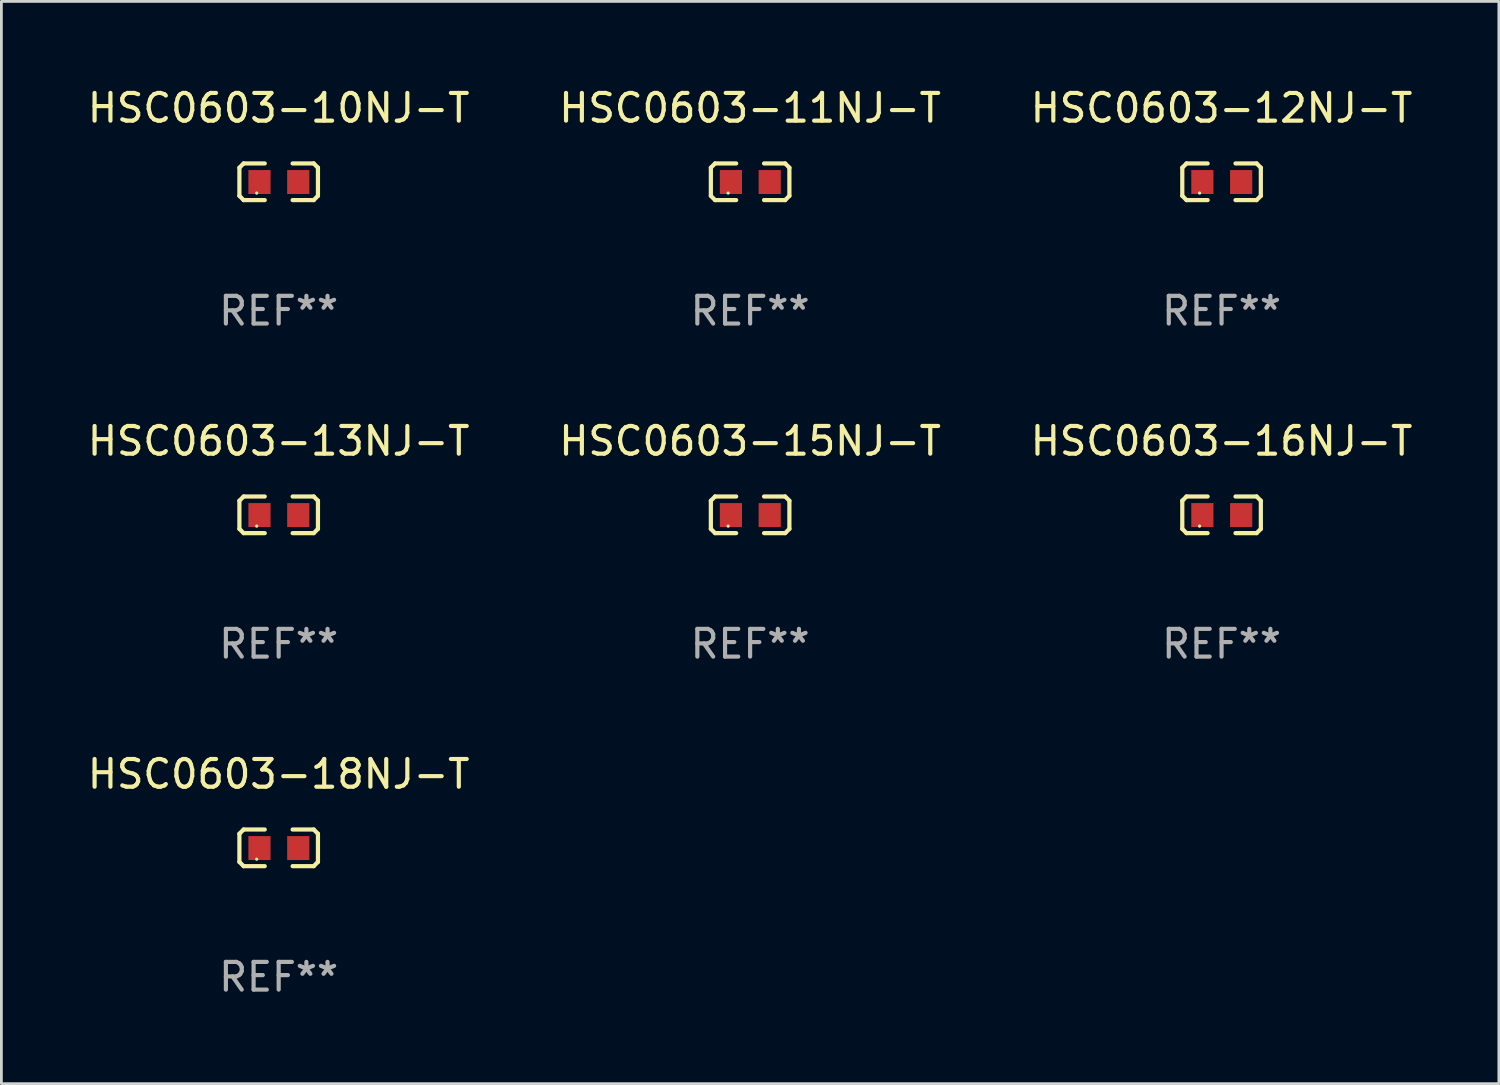
<source format=kicad_pcb>
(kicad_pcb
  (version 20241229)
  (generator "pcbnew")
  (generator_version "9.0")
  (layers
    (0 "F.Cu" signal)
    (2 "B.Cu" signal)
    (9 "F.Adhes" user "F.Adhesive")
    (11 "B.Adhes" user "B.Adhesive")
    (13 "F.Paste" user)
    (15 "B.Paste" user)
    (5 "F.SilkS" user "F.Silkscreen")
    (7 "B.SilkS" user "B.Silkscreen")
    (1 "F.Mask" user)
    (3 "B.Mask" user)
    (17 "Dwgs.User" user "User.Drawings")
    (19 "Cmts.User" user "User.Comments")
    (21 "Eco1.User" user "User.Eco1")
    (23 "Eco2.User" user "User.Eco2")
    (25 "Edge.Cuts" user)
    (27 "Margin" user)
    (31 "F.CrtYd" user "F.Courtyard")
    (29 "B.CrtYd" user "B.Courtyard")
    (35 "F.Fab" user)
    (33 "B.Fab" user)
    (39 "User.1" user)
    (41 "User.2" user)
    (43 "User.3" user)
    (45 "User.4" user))
  (footprint "HSC0603-11NJ-T"
    (layer "F.Cu")
    (at 24.018 3.509)
    (property "Reference" "HSC0603-11NJ-T" (at 0 -2.661 0) (layer "F.SilkS") (effects (font (size 1 1) (thickness 0.15))))
    (attr through_hole)
    (fp_line (start -1.417 -0.508) (end -1.265 -0.661) (stroke (width 0.152) (type solid)) (layer "F.SilkS"))
    (fp_line (start -1.417 0.508) (end -1.417 -0.508) (stroke (width 0.152) (type solid)) (layer "F.SilkS"))
    (fp_line (start -1.265 -0.661) (end -0.503 -0.661) (stroke (width 0.152) (type solid)) (layer "F.SilkS"))
    (fp_line (start -1.265 0.661) (end -1.417 0.508) (stroke (width 0.152) (type solid)) (layer "F.SilkS"))
    (fp_line (start -1.265 0.661) (end -0.503 0.661) (stroke (width 0.152) (type solid)) (layer "F.SilkS"))
    (fp_line (start 1.265 -0.661) (end 0.503 -0.661) (stroke (width 0.152) (type solid)) (layer "F.SilkS"))
    (fp_line (start 1.265 -0.661) (end 1.417 -0.508) (stroke (width 0.152) (type solid)) (layer "F.SilkS"))
    (fp_line (start 1.265 0.661) (end 0.503 0.661) (stroke (width 0.152) (type solid)) (layer "F.SilkS"))
    (fp_line (start 1.417 -0.508) (end 1.417 0.508) (stroke (width 0.152) (type solid)) (layer "F.SilkS"))
    (fp_line (start 1.417 0.508) (end 1.265 0.661) (stroke (width 0.152) (type solid)) (layer "F.SilkS"))
    (fp_circle (center -0.793 0.409) (end -0.763 0.409) (stroke (width 0.06) (type solid)) (fill no) (layer "F.SilkS"))
    (fp_text user "REF**" (at 0 4.661 0) (layer "F.Fab") (effects (font (size 1 1) (thickness 0.15))))
    (pad "1" smd rect (at -0.693 0.009 180) (size 0.8 0.864) (layers "F.Cu" "F.Mask" "F.Paste"))
    (pad "2" smd rect (at 0.707 0.009 180) (size 0.8 0.864) (layers "F.Cu" "F.Mask" "F.Paste")))
  (footprint "HSC0603-13NJ-T"
    (layer "F.Cu")
    (at 7.006 15.527)
    (property "Reference" "HSC0603-13NJ-T" (at 0 -2.661 0) (layer "F.SilkS") (effects (font (size 1 1) (thickness 0.15))))
    (attr through_hole)
    (fp_line (start -1.417 -0.508) (end -1.265 -0.661) (stroke (width 0.152) (type solid)) (layer "F.SilkS"))
    (fp_line (start -1.417 0.508) (end -1.417 -0.508) (stroke (width 0.152) (type solid)) (layer "F.SilkS"))
    (fp_line (start -1.265 -0.661) (end -0.503 -0.661) (stroke (width 0.152) (type solid)) (layer "F.SilkS"))
    (fp_line (start -1.265 0.661) (end -1.417 0.508) (stroke (width 0.152) (type solid)) (layer "F.SilkS"))
    (fp_line (start -1.265 0.661) (end -0.503 0.661) (stroke (width 0.152) (type solid)) (layer "F.SilkS"))
    (fp_line (start 1.265 -0.661) (end 0.503 -0.661) (stroke (width 0.152) (type solid)) (layer "F.SilkS"))
    (fp_line (start 1.265 -0.661) (end 1.417 -0.508) (stroke (width 0.152) (type solid)) (layer "F.SilkS"))
    (fp_line (start 1.265 0.661) (end 0.503 0.661) (stroke (width 0.152) (type solid)) (layer "F.SilkS"))
    (fp_line (start 1.417 -0.508) (end 1.417 0.508) (stroke (width 0.152) (type solid)) (layer "F.SilkS"))
    (fp_line (start 1.417 0.508) (end 1.265 0.661) (stroke (width 0.152) (type solid)) (layer "F.SilkS"))
    (fp_circle (center -0.793 0.409) (end -0.763 0.409) (stroke (width 0.06) (type solid)) (fill no) (layer "F.SilkS"))
    (fp_text user "REF**" (at 0 4.661 0) (layer "F.Fab") (effects (font (size 1 1) (thickness 0.15))))
    (pad "1" smd rect (at -0.693 0.009 180) (size 0.8 0.864) (layers "F.Cu" "F.Mask" "F.Paste"))
    (pad "2" smd rect (at 0.707 0.009 180) (size 0.8 0.864) (layers "F.Cu" "F.Mask" "F.Paste")))
  (footprint "HSC0603-15NJ-T"
    (layer "F.Cu")
    (at 24.018 15.527)
    (property "Reference" "HSC0603-15NJ-T" (at 0 -2.661 0) (layer "F.SilkS") (effects (font (size 1 1) (thickness 0.15))))
    (attr through_hole)
    (fp_line (start -1.417 -0.508) (end -1.265 -0.661) (stroke (width 0.152) (type solid)) (layer "F.SilkS"))
    (fp_line (start -1.417 0.508) (end -1.417 -0.508) (stroke (width 0.152) (type solid)) (layer "F.SilkS"))
    (fp_line (start -1.265 -0.661) (end -0.503 -0.661) (stroke (width 0.152) (type solid)) (layer "F.SilkS"))
    (fp_line (start -1.265 0.661) (end -1.417 0.508) (stroke (width 0.152) (type solid)) (layer "F.SilkS"))
    (fp_line (start -1.265 0.661) (end -0.503 0.661) (stroke (width 0.152) (type solid)) (layer "F.SilkS"))
    (fp_line (start 1.265 -0.661) (end 0.503 -0.661) (stroke (width 0.152) (type solid)) (layer "F.SilkS"))
    (fp_line (start 1.265 -0.661) (end 1.417 -0.508) (stroke (width 0.152) (type solid)) (layer "F.SilkS"))
    (fp_line (start 1.265 0.661) (end 0.503 0.661) (stroke (width 0.152) (type solid)) (layer "F.SilkS"))
    (fp_line (start 1.417 -0.508) (end 1.417 0.508) (stroke (width 0.152) (type solid)) (layer "F.SilkS"))
    (fp_line (start 1.417 0.508) (end 1.265 0.661) (stroke (width 0.152) (type solid)) (layer "F.SilkS"))
    (fp_circle (center -0.793 0.409) (end -0.763 0.409) (stroke (width 0.06) (type solid)) (fill no) (layer "F.SilkS"))
    (fp_text user "REF**" (at 0 4.661 0) (layer "F.Fab") (effects (font (size 1 1) (thickness 0.15))))
    (pad "1" smd rect (at -0.693 0.009 180) (size 0.8 0.864) (layers "F.Cu" "F.Mask" "F.Paste"))
    (pad "2" smd rect (at 0.707 0.009 180) (size 0.8 0.864) (layers "F.Cu" "F.Mask" "F.Paste")))
  (footprint "HSC0603-12NJ-T"
    (layer "F.Cu")
    (at 41.03 3.509)
    (property "Reference" "HSC0603-12NJ-T" (at 0 -2.661 0) (layer "F.SilkS") (effects (font (size 1 1) (thickness 0.15))))
    (attr through_hole)
    (fp_line (start -1.417 -0.508) (end -1.265 -0.661) (stroke (width 0.152) (type solid)) (layer "F.SilkS"))
    (fp_line (start -1.417 0.508) (end -1.417 -0.508) (stroke (width 0.152) (type solid)) (layer "F.SilkS"))
    (fp_line (start -1.265 -0.661) (end -0.503 -0.661) (stroke (width 0.152) (type solid)) (layer "F.SilkS"))
    (fp_line (start -1.265 0.661) (end -1.417 0.508) (stroke (width 0.152) (type solid)) (layer "F.SilkS"))
    (fp_line (start -1.265 0.661) (end -0.503 0.661) (stroke (width 0.152) (type solid)) (layer "F.SilkS"))
    (fp_line (start 1.265 -0.661) (end 0.503 -0.661) (stroke (width 0.152) (type solid)) (layer "F.SilkS"))
    (fp_line (start 1.265 -0.661) (end 1.417 -0.508) (stroke (width 0.152) (type solid)) (layer "F.SilkS"))
    (fp_line (start 1.265 0.661) (end 0.503 0.661) (stroke (width 0.152) (type solid)) (layer "F.SilkS"))
    (fp_line (start 1.417 -0.508) (end 1.417 0.508) (stroke (width 0.152) (type solid)) (layer "F.SilkS"))
    (fp_line (start 1.417 0.508) (end 1.265 0.661) (stroke (width 0.152) (type solid)) (layer "F.SilkS"))
    (fp_circle (center -0.793 0.409) (end -0.763 0.409) (stroke (width 0.06) (type solid)) (fill no) (layer "F.SilkS"))
    (fp_text user "REF**" (at 0 4.661 0) (layer "F.Fab") (effects (font (size 1 1) (thickness 0.15))))
    (pad "1" smd rect (at -0.693 0.009 180) (size 0.8 0.864) (layers "F.Cu" "F.Mask" "F.Paste"))
    (pad "2" smd rect (at 0.707 0.009 180) (size 0.8 0.864) (layers "F.Cu" "F.Mask" "F.Paste")))
  (footprint "HSC0603-18NJ-T"
    (layer "F.Cu")
    (at 7.006 27.544)
    (property "Reference" "HSC0603-18NJ-T" (at 0 -2.661 0) (layer "F.SilkS") (effects (font (size 1 1) (thickness 0.15))))
    (attr through_hole)
    (fp_line (start -1.417 -0.508) (end -1.265 -0.661) (stroke (width 0.152) (type solid)) (layer "F.SilkS"))
    (fp_line (start -1.417 0.508) (end -1.417 -0.508) (stroke (width 0.152) (type solid)) (layer "F.SilkS"))
    (fp_line (start -1.265 -0.661) (end -0.503 -0.661) (stroke (width 0.152) (type solid)) (layer "F.SilkS"))
    (fp_line (start -1.265 0.661) (end -1.417 0.508) (stroke (width 0.152) (type solid)) (layer "F.SilkS"))
    (fp_line (start -1.265 0.661) (end -0.503 0.661) (stroke (width 0.152) (type solid)) (layer "F.SilkS"))
    (fp_line (start 1.265 -0.661) (end 0.503 -0.661) (stroke (width 0.152) (type solid)) (layer "F.SilkS"))
    (fp_line (start 1.265 -0.661) (end 1.417 -0.508) (stroke (width 0.152) (type solid)) (layer "F.SilkS"))
    (fp_line (start 1.265 0.661) (end 0.503 0.661) (stroke (width 0.152) (type solid)) (layer "F.SilkS"))
    (fp_line (start 1.417 -0.508) (end 1.417 0.508) (stroke (width 0.152) (type solid)) (layer "F.SilkS"))
    (fp_line (start 1.417 0.508) (end 1.265 0.661) (stroke (width 0.152) (type solid)) (layer "F.SilkS"))
    (fp_circle (center -0.793 0.409) (end -0.763 0.409) (stroke (width 0.06) (type solid)) (fill no) (layer "F.SilkS"))
    (fp_text user "REF**" (at 0 4.661 0) (layer "F.Fab") (effects (font (size 1 1) (thickness 0.15))))
    (pad "1" smd rect (at -0.693 0.009 180) (size 0.8 0.864) (layers "F.Cu" "F.Mask" "F.Paste"))
    (pad "2" smd rect (at 0.707 0.009 180) (size 0.8 0.864) (layers "F.Cu" "F.Mask" "F.Paste")))
  (footprint "HSC0603-16NJ-T"
    (layer "F.Cu")
    (at 41.03 15.527)
    (property "Reference" "HSC0603-16NJ-T" (at 0 -2.661 0) (layer "F.SilkS") (effects (font (size 1 1) (thickness 0.15))))
    (attr through_hole)
    (fp_line (start -1.417 -0.508) (end -1.265 -0.661) (stroke (width 0.152) (type solid)) (layer "F.SilkS"))
    (fp_line (start -1.417 0.508) (end -1.417 -0.508) (stroke (width 0.152) (type solid)) (layer "F.SilkS"))
    (fp_line (start -1.265 -0.661) (end -0.503 -0.661) (stroke (width 0.152) (type solid)) (layer "F.SilkS"))
    (fp_line (start -1.265 0.661) (end -1.417 0.508) (stroke (width 0.152) (type solid)) (layer "F.SilkS"))
    (fp_line (start -1.265 0.661) (end -0.503 0.661) (stroke (width 0.152) (type solid)) (layer "F.SilkS"))
    (fp_line (start 1.265 -0.661) (end 0.503 -0.661) (stroke (width 0.152) (type solid)) (layer "F.SilkS"))
    (fp_line (start 1.265 -0.661) (end 1.417 -0.508) (stroke (width 0.152) (type solid)) (layer "F.SilkS"))
    (fp_line (start 1.265 0.661) (end 0.503 0.661) (stroke (width 0.152) (type solid)) (layer "F.SilkS"))
    (fp_line (start 1.417 -0.508) (end 1.417 0.508) (stroke (width 0.152) (type solid)) (layer "F.SilkS"))
    (fp_line (start 1.417 0.508) (end 1.265 0.661) (stroke (width 0.152) (type solid)) (layer "F.SilkS"))
    (fp_circle (center -0.793 0.409) (end -0.763 0.409) (stroke (width 0.06) (type solid)) (fill no) (layer "F.SilkS"))
    (fp_text user "REF**" (at 0 4.661 0) (layer "F.Fab") (effects (font (size 1 1) (thickness 0.15))))
    (pad "1" smd rect (at -0.693 0.009 180) (size 0.8 0.864) (layers "F.Cu" "F.Mask" "F.Paste"))
    (pad "2" smd rect (at 0.707 0.009 180) (size 0.8 0.864) (layers "F.Cu" "F.Mask" "F.Paste")))
  (footprint "HSC0603-10NJ-T"
    (layer "F.Cu")
    (at 7.006 3.509)
    (property "Reference" "HSC0603-10NJ-T" (at 0 -2.661 0) (layer "F.SilkS") (effects (font (size 1 1) (thickness 0.15))))
    (attr through_hole)
    (fp_line (start -1.417 -0.508) (end -1.265 -0.661) (stroke (width 0.152) (type solid)) (layer "F.SilkS"))
    (fp_line (start -1.417 0.508) (end -1.417 -0.508) (stroke (width 0.152) (type solid)) (layer "F.SilkS"))
    (fp_line (start -1.265 -0.661) (end -0.503 -0.661) (stroke (width 0.152) (type solid)) (layer "F.SilkS"))
    (fp_line (start -1.265 0.661) (end -1.417 0.508) (stroke (width 0.152) (type solid)) (layer "F.SilkS"))
    (fp_line (start -1.265 0.661) (end -0.503 0.661) (stroke (width 0.152) (type solid)) (layer "F.SilkS"))
    (fp_line (start 1.265 -0.661) (end 0.503 -0.661) (stroke (width 0.152) (type solid)) (layer "F.SilkS"))
    (fp_line (start 1.265 -0.661) (end 1.417 -0.508) (stroke (width 0.152) (type solid)) (layer "F.SilkS"))
    (fp_line (start 1.265 0.661) (end 0.503 0.661) (stroke (width 0.152) (type solid)) (layer "F.SilkS"))
    (fp_line (start 1.417 -0.508) (end 1.417 0.508) (stroke (width 0.152) (type solid)) (layer "F.SilkS"))
    (fp_line (start 1.417 0.508) (end 1.265 0.661) (stroke (width 0.152) (type solid)) (layer "F.SilkS"))
    (fp_circle (center -0.793 0.409) (end -0.763 0.409) (stroke (width 0.06) (type solid)) (fill no) (layer "F.SilkS"))
    (fp_text user "REF**" (at 0 4.661 0) (layer "F.Fab") (effects (font (size 1 1) (thickness 0.15))))
    (pad "1" smd rect (at -0.693 0.009 180) (size 0.8 0.864) (layers "F.Cu" "F.Mask" "F.Paste"))
    (pad "2" smd rect (at 0.707 0.009 180) (size 0.8 0.864) (layers "F.Cu" "F.Mask" "F.Paste")))
  (gr_rect
    (start -3 -3)
    (end 51.036 36.053)
    (stroke (width 0.1) (type default))
    (fill no)
    (layer "Edge.Cuts")))
</source>
